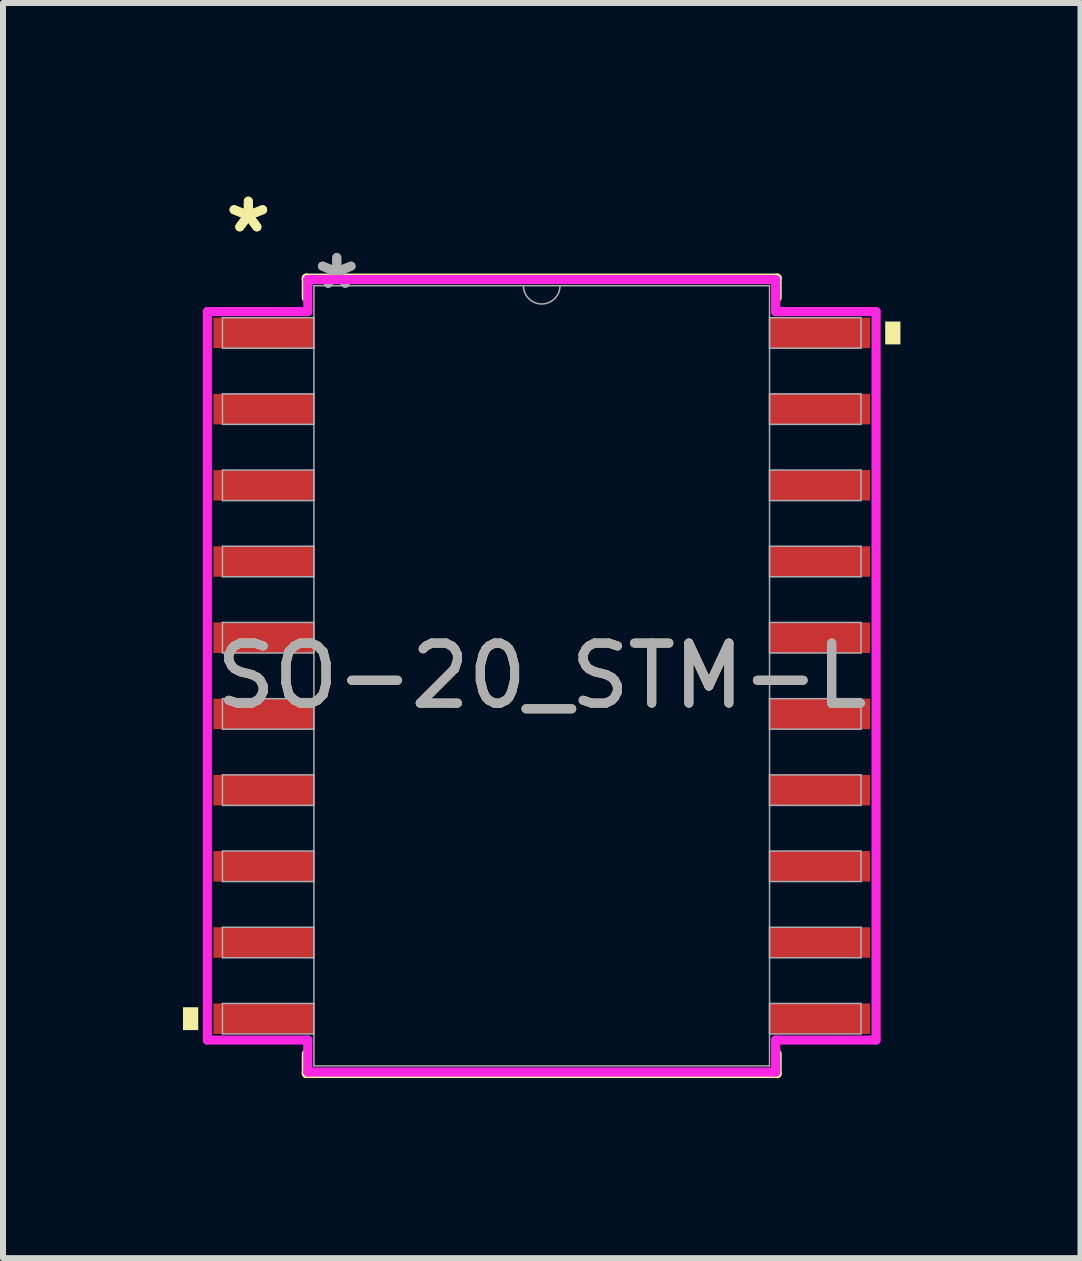
<source format=kicad_pcb>
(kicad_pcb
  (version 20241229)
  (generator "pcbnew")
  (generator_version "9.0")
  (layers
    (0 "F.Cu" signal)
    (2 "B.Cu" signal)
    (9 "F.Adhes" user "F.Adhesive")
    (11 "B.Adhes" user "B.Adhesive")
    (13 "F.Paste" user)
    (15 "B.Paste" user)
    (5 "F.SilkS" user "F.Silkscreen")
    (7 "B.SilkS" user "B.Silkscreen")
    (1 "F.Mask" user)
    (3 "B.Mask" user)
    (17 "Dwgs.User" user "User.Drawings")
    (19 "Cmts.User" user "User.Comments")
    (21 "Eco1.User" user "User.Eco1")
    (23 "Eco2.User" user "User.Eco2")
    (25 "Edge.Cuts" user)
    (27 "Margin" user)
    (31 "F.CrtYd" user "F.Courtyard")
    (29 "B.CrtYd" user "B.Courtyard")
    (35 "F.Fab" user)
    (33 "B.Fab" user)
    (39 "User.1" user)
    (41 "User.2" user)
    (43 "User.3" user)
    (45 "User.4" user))
  (footprint "SO-20_STM-L"
    (layer "F.Cu")
    (at 5.979 8.214)
    (property "Reference" "SO-20_STM-L" (at 0 0 0) (unlocked yes) (layer "F.SilkS") (effects (font (size 1 1) (thickness 0.15))))
    (attr smd)
    (fp_line (start -3.924 -6.629) (end -3.924 -6.302) (stroke (width 0.152) (type solid)) (layer "F.SilkS"))
    (fp_line (start -3.924 6.302) (end -3.924 6.629) (stroke (width 0.152) (type solid)) (layer "F.SilkS"))
    (fp_line (start -3.924 6.629) (end 3.924 6.629) (stroke (width 0.152) (type solid)) (layer "F.SilkS"))
    (fp_line (start 3.924 -6.629) (end -3.924 -6.629) (stroke (width 0.152) (type solid)) (layer "F.SilkS"))
    (fp_line (start 3.924 -6.302) (end 3.924 -6.629) (stroke (width 0.152) (type solid)) (layer "F.SilkS"))
    (fp_line (start 3.924 6.629) (end 3.924 6.302) (stroke (width 0.152) (type solid)) (layer "F.SilkS"))
    (fp_poly (pts (xy -5.979 5.524) (xy -5.979 5.905) (xy -5.725 5.905) (xy -5.725 5.524)) (stroke (width 0) (type solid)) (fill yes) (layer "F.SilkS"))
    (fp_poly (pts (xy 5.979 -5.905) (xy 5.979 -5.524) (xy 5.725 -5.524) (xy 5.725 -5.905)) (stroke (width 0) (type solid)) (fill yes) (layer "F.SilkS"))
    (fp_line (start -5.573 -6.071) (end -3.899 -6.071) (stroke (width 0.152) (type solid)) (layer "F.CrtYd"))
    (fp_line (start -5.573 6.071) (end -5.573 -6.071) (stroke (width 0.152) (type solid)) (layer "F.CrtYd"))
    (fp_line (start -5.573 6.071) (end -3.899 6.071) (stroke (width 0.152) (type solid)) (layer "F.CrtYd"))
    (fp_line (start -3.899 -6.604) (end 3.899 -6.604) (stroke (width 0.152) (type solid)) (layer "F.CrtYd"))
    (fp_line (start -3.899 -6.071) (end -3.899 -6.604) (stroke (width 0.152) (type solid)) (layer "F.CrtYd"))
    (fp_line (start -3.899 6.604) (end -3.899 6.071) (stroke (width 0.152) (type solid)) (layer "F.CrtYd"))
    (fp_line (start 3.899 -6.604) (end 3.899 -6.071) (stroke (width 0.152) (type solid)) (layer "F.CrtYd"))
    (fp_line (start 3.899 6.071) (end 3.899 6.604) (stroke (width 0.152) (type solid)) (layer "F.CrtYd"))
    (fp_line (start 3.899 6.604) (end -3.899 6.604) (stroke (width 0.152) (type solid)) (layer "F.CrtYd"))
    (fp_line (start 5.573 -6.071) (end 3.899 -6.071) (stroke (width 0.152) (type solid)) (layer "F.CrtYd"))
    (fp_line (start 5.573 -6.071) (end 5.573 6.071) (stroke (width 0.152) (type solid)) (layer "F.CrtYd"))
    (fp_line (start 5.573 6.071) (end 3.899 6.071) (stroke (width 0.152) (type solid)) (layer "F.CrtYd"))
    (fp_line (start -5.321 -5.969) (end -5.321 -5.461) (stroke (width 0.025) (type solid)) (layer "F.Fab"))
    (fp_line (start -5.321 -5.461) (end -3.797 -5.461) (stroke (width 0.025) (type solid)) (layer "F.Fab"))
    (fp_line (start -5.321 -4.699) (end -5.321 -4.191) (stroke (width 0.025) (type solid)) (layer "F.Fab"))
    (fp_line (start -5.321 -4.191) (end -3.797 -4.191) (stroke (width 0.025) (type solid)) (layer "F.Fab"))
    (fp_line (start -5.321 -3.429) (end -5.321 -2.921) (stroke (width 0.025) (type solid)) (layer "F.Fab"))
    (fp_line (start -5.321 -2.921) (end -3.797 -2.921) (stroke (width 0.025) (type solid)) (layer "F.Fab"))
    (fp_line (start -5.321 -2.159) (end -5.321 -1.651) (stroke (width 0.025) (type solid)) (layer "F.Fab"))
    (fp_line (start -5.321 -1.651) (end -3.797 -1.651) (stroke (width 0.025) (type solid)) (layer "F.Fab"))
    (fp_line (start -5.321 -0.889) (end -5.321 -0.381) (stroke (width 0.025) (type solid)) (layer "F.Fab"))
    (fp_line (start -5.321 -0.381) (end -3.797 -0.381) (stroke (width 0.025) (type solid)) (layer "F.Fab"))
    (fp_line (start -5.321 0.381) (end -5.321 0.889) (stroke (width 0.025) (type solid)) (layer "F.Fab"))
    (fp_line (start -5.321 0.889) (end -3.797 0.889) (stroke (width 0.025) (type solid)) (layer "F.Fab"))
    (fp_line (start -5.321 1.651) (end -5.321 2.159) (stroke (width 0.025) (type solid)) (layer "F.Fab"))
    (fp_line (start -5.321 2.159) (end -3.797 2.159) (stroke (width 0.025) (type solid)) (layer "F.Fab"))
    (fp_line (start -5.321 2.921) (end -5.321 3.429) (stroke (width 0.025) (type solid)) (layer "F.Fab"))
    (fp_line (start -5.321 3.429) (end -3.797 3.429) (stroke (width 0.025) (type solid)) (layer "F.Fab"))
    (fp_line (start -5.321 4.191) (end -5.321 4.699) (stroke (width 0.025) (type solid)) (layer "F.Fab"))
    (fp_line (start -5.321 4.699) (end -3.797 4.699) (stroke (width 0.025) (type solid)) (layer "F.Fab"))
    (fp_line (start -5.321 5.461) (end -5.321 5.969) (stroke (width 0.025) (type solid)) (layer "F.Fab"))
    (fp_line (start -5.321 5.969) (end -3.797 5.969) (stroke (width 0.025) (type solid)) (layer "F.Fab"))
    (fp_line (start -3.797 -6.502) (end -3.797 6.502) (stroke (width 0.025) (type solid)) (layer "F.Fab"))
    (fp_line (start -3.797 -5.969) (end -5.321 -5.969) (stroke (width 0.025) (type solid)) (layer "F.Fab"))
    (fp_line (start -3.797 -5.461) (end -3.797 -5.969) (stroke (width 0.025) (type solid)) (layer "F.Fab"))
    (fp_line (start -3.797 -4.699) (end -5.321 -4.699) (stroke (width 0.025) (type solid)) (layer "F.Fab"))
    (fp_line (start -3.797 -4.191) (end -3.797 -4.699) (stroke (width 0.025) (type solid)) (layer "F.Fab"))
    (fp_line (start -3.797 -3.429) (end -5.321 -3.429) (stroke (width 0.025) (type solid)) (layer "F.Fab"))
    (fp_line (start -3.797 -2.921) (end -3.797 -3.429) (stroke (width 0.025) (type solid)) (layer "F.Fab"))
    (fp_line (start -3.797 -2.159) (end -5.321 -2.159) (stroke (width 0.025) (type solid)) (layer "F.Fab"))
    (fp_line (start -3.797 -1.651) (end -3.797 -2.159) (stroke (width 0.025) (type solid)) (layer "F.Fab"))
    (fp_line (start -3.797 -0.889) (end -5.321 -0.889) (stroke (width 0.025) (type solid)) (layer "F.Fab"))
    (fp_line (start -3.797 -0.381) (end -3.797 -0.889) (stroke (width 0.025) (type solid)) (layer "F.Fab"))
    (fp_line (start -3.797 0.381) (end -5.321 0.381) (stroke (width 0.025) (type solid)) (layer "F.Fab"))
    (fp_line (start -3.797 0.889) (end -3.797 0.381) (stroke (width 0.025) (type solid)) (layer "F.Fab"))
    (fp_line (start -3.797 1.651) (end -5.321 1.651) (stroke (width 0.025) (type solid)) (layer "F.Fab"))
    (fp_line (start -3.797 2.159) (end -3.797 1.651) (stroke (width 0.025) (type solid)) (layer "F.Fab"))
    (fp_line (start -3.797 2.921) (end -5.321 2.921) (stroke (width 0.025) (type solid)) (layer "F.Fab"))
    (fp_line (start -3.797 3.429) (end -3.797 2.921) (stroke (width 0.025) (type solid)) (layer "F.Fab"))
    (fp_line (start -3.797 4.191) (end -5.321 4.191) (stroke (width 0.025) (type solid)) (layer "F.Fab"))
    (fp_line (start -3.797 4.699) (end -3.797 4.191) (stroke (width 0.025) (type solid)) (layer "F.Fab"))
    (fp_line (start -3.797 5.461) (end -5.321 5.461) (stroke (width 0.025) (type solid)) (layer "F.Fab"))
    (fp_line (start -3.797 5.969) (end -3.797 5.461) (stroke (width 0.025) (type solid)) (layer "F.Fab"))
    (fp_line (start -3.797 6.502) (end 3.797 6.502) (stroke (width 0.025) (type solid)) (layer "F.Fab"))
    (fp_line (start 3.797 -6.502) (end -3.797 -6.502) (stroke (width 0.025) (type solid)) (layer "F.Fab"))
    (fp_line (start 3.797 -5.969) (end 3.797 -5.461) (stroke (width 0.025) (type solid)) (layer "F.Fab"))
    (fp_line (start 3.797 -5.461) (end 5.321 -5.461) (stroke (width 0.025) (type solid)) (layer "F.Fab"))
    (fp_line (start 3.797 -4.699) (end 3.797 -4.191) (stroke (width 0.025) (type solid)) (layer "F.Fab"))
    (fp_line (start 3.797 -4.191) (end 5.321 -4.191) (stroke (width 0.025) (type solid)) (layer "F.Fab"))
    (fp_line (start 3.797 -3.429) (end 3.797 -2.921) (stroke (width 0.025) (type solid)) (layer "F.Fab"))
    (fp_line (start 3.797 -2.921) (end 5.321 -2.921) (stroke (width 0.025) (type solid)) (layer "F.Fab"))
    (fp_line (start 3.797 -2.159) (end 3.797 -1.651) (stroke (width 0.025) (type solid)) (layer "F.Fab"))
    (fp_line (start 3.797 -1.651) (end 5.321 -1.651) (stroke (width 0.025) (type solid)) (layer "F.Fab"))
    (fp_line (start 3.797 -0.889) (end 3.797 -0.381) (stroke (width 0.025) (type solid)) (layer "F.Fab"))
    (fp_line (start 3.797 -0.381) (end 5.321 -0.381) (stroke (width 0.025) (type solid)) (layer "F.Fab"))
    (fp_line (start 3.797 0.381) (end 3.797 0.889) (stroke (width 0.025) (type solid)) (layer "F.Fab"))
    (fp_line (start 3.797 0.889) (end 5.321 0.889) (stroke (width 0.025) (type solid)) (layer "F.Fab"))
    (fp_line (start 3.797 1.651) (end 3.797 2.159) (stroke (width 0.025) (type solid)) (layer "F.Fab"))
    (fp_line (start 3.797 2.159) (end 5.321 2.159) (stroke (width 0.025) (type solid)) (layer "F.Fab"))
    (fp_line (start 3.797 2.921) (end 3.797 3.429) (stroke (width 0.025) (type solid)) (layer "F.Fab"))
    (fp_line (start 3.797 3.429) (end 5.321 3.429) (stroke (width 0.025) (type solid)) (layer "F.Fab"))
    (fp_line (start 3.797 4.191) (end 3.797 4.699) (stroke (width 0.025) (type solid)) (layer "F.Fab"))
    (fp_line (start 3.797 4.699) (end 5.321 4.699) (stroke (width 0.025) (type solid)) (layer "F.Fab"))
    (fp_line (start 3.797 5.461) (end 3.797 5.969) (stroke (width 0.025) (type solid)) (layer "F.Fab"))
    (fp_line (start 3.797 5.969) (end 5.321 5.969) (stroke (width 0.025) (type solid)) (layer "F.Fab"))
    (fp_line (start 3.797 6.502) (end 3.797 -6.502) (stroke (width 0.025) (type solid)) (layer "F.Fab"))
    (fp_line (start 5.321 -5.969) (end 3.797 -5.969) (stroke (width 0.025) (type solid)) (layer "F.Fab"))
    (fp_line (start 5.321 -5.461) (end 5.321 -5.969) (stroke (width 0.025) (type solid)) (layer "F.Fab"))
    (fp_line (start 5.321 -4.699) (end 3.797 -4.699) (stroke (width 0.025) (type solid)) (layer "F.Fab"))
    (fp_line (start 5.321 -4.191) (end 5.321 -4.699) (stroke (width 0.025) (type solid)) (layer "F.Fab"))
    (fp_line (start 5.321 -3.429) (end 3.797 -3.429) (stroke (width 0.025) (type solid)) (layer "F.Fab"))
    (fp_line (start 5.321 -2.921) (end 5.321 -3.429) (stroke (width 0.025) (type solid)) (layer "F.Fab"))
    (fp_line (start 5.321 -2.159) (end 3.797 -2.159) (stroke (width 0.025) (type solid)) (layer "F.Fab"))
    (fp_line (start 5.321 -1.651) (end 5.321 -2.159) (stroke (width 0.025) (type solid)) (layer "F.Fab"))
    (fp_line (start 5.321 -0.889) (end 3.797 -0.889) (stroke (width 0.025) (type solid)) (layer "F.Fab"))
    (fp_line (start 5.321 -0.381) (end 5.321 -0.889) (stroke (width 0.025) (type solid)) (layer "F.Fab"))
    (fp_line (start 5.321 0.381) (end 3.797 0.381) (stroke (width 0.025) (type solid)) (layer "F.Fab"))
    (fp_line (start 5.321 0.889) (end 5.321 0.381) (stroke (width 0.025) (type solid)) (layer "F.Fab"))
    (fp_line (start 5.321 1.651) (end 3.797 1.651) (stroke (width 0.025) (type solid)) (layer "F.Fab"))
    (fp_line (start 5.321 2.159) (end 5.321 1.651) (stroke (width 0.025) (type solid)) (layer "F.Fab"))
    (fp_line (start 5.321 2.921) (end 3.797 2.921) (stroke (width 0.025) (type solid)) (layer "F.Fab"))
    (fp_line (start 5.321 3.429) (end 5.321 2.921) (stroke (width 0.025) (type solid)) (layer "F.Fab"))
    (fp_line (start 5.321 4.191) (end 3.797 4.191) (stroke (width 0.025) (type solid)) (layer "F.Fab"))
    (fp_line (start 5.321 4.699) (end 5.321 4.191) (stroke (width 0.025) (type solid)) (layer "F.Fab"))
    (fp_line (start 5.321 5.461) (end 3.797 5.461) (stroke (width 0.025) (type solid)) (layer "F.Fab"))
    (fp_line (start 5.321 5.969) (end 5.321 5.461) (stroke (width 0.025) (type solid)) (layer "F.Fab"))
    (fp_arc (start 0.3048 -6.5024) (mid 0 -6.1976) (end -0.3048 -6.5024) (stroke (width 0.0254) (type solid)) (layer "F.Fab"))
    (fp_text user "*" (at -4.89 -7.366 0) (layer "F.SilkS") (effects (font (size 1 1) (thickness 0.15))))
    (fp_text user "*" (at -4.89 -7.366 0) (unlocked yes) (layer "F.SilkS") (effects (font (size 1 1) (thickness 0.15))))
    (fp_text user "*" (at -3.416 -6.426 0) (unlocked yes) (layer "F.Fab") (effects (font (size 1 1) (thickness 0.15))))
    (fp_text user "*" (at -3.416 -6.426 0) (layer "F.Fab") (effects (font (size 1 1) (thickness 0.15))))
    (fp_text user "${REFERENCE}" (at 0 0 0) (unlocked yes) (layer "F.Fab") (effects (font (size 1 1) (thickness 0.15))))
    (pad "1" smd rect (at -4.636 -5.715) (size 1.67 0.508) (layers "F.Cu" "F.Mask" "F.Paste"))
    (pad "2" smd rect (at -4.636 -4.445) (size 1.67 0.508) (layers "F.Cu" "F.Mask" "F.Paste"))
    (pad "3" smd rect (at -4.636 -3.175) (size 1.67 0.508) (layers "F.Cu" "F.Mask" "F.Paste"))
    (pad "4" smd rect (at -4.636 -1.905) (size 1.67 0.508) (layers "F.Cu" "F.Mask" "F.Paste"))
    (pad "5" smd rect (at -4.636 -0.635) (size 1.67 0.508) (layers "F.Cu" "F.Mask" "F.Paste"))
    (pad "6" smd rect (at -4.636 0.635) (size 1.67 0.508) (layers "F.Cu" "F.Mask" "F.Paste"))
    (pad "7" smd rect (at -4.636 1.905) (size 1.67 0.508) (layers "F.Cu" "F.Mask" "F.Paste"))
    (pad "8" smd rect (at -4.636 3.175) (size 1.67 0.508) (layers "F.Cu" "F.Mask" "F.Paste"))
    (pad "9" smd rect (at -4.636 4.445) (size 1.67 0.508) (layers "F.Cu" "F.Mask" "F.Paste"))
    (pad "10" smd rect (at -4.636 5.715) (size 1.67 0.508) (layers "F.Cu" "F.Mask" "F.Paste"))
    (pad "11" smd rect (at 4.636 5.715) (size 1.67 0.508) (layers "F.Cu" "F.Mask" "F.Paste"))
    (pad "12" smd rect (at 4.636 4.445) (size 1.67 0.508) (layers "F.Cu" "F.Mask" "F.Paste"))
    (pad "13" smd rect (at 4.636 3.175) (size 1.67 0.508) (layers "F.Cu" "F.Mask" "F.Paste"))
    (pad "14" smd rect (at 4.636 1.905) (size 1.67 0.508) (layers "F.Cu" "F.Mask" "F.Paste"))
    (pad "15" smd rect (at 4.636 0.635) (size 1.67 0.508) (layers "F.Cu" "F.Mask" "F.Paste"))
    (pad "16" smd rect (at 4.636 -0.635) (size 1.67 0.508) (layers "F.Cu" "F.Mask" "F.Paste"))
    (pad "17" smd rect (at 4.636 -1.905) (size 1.67 0.508) (layers "F.Cu" "F.Mask" "F.Paste"))
    (pad "18" smd rect (at 4.636 -3.175) (size 1.67 0.508) (layers "F.Cu" "F.Mask" "F.Paste"))
    (pad "19" smd rect (at 4.636 -4.445) (size 1.67 0.508) (layers "F.Cu" "F.Mask" "F.Paste"))
    (pad "20" smd rect (at 4.636 -5.715) (size 1.67 0.508) (layers "F.Cu" "F.Mask" "F.Paste")))
  (gr_rect
    (start -3 -3)
    (end 14.959 17.92)
    (stroke (width 0.1) (type default))
    (fill no)
    (layer "Edge.Cuts")))
</source>
